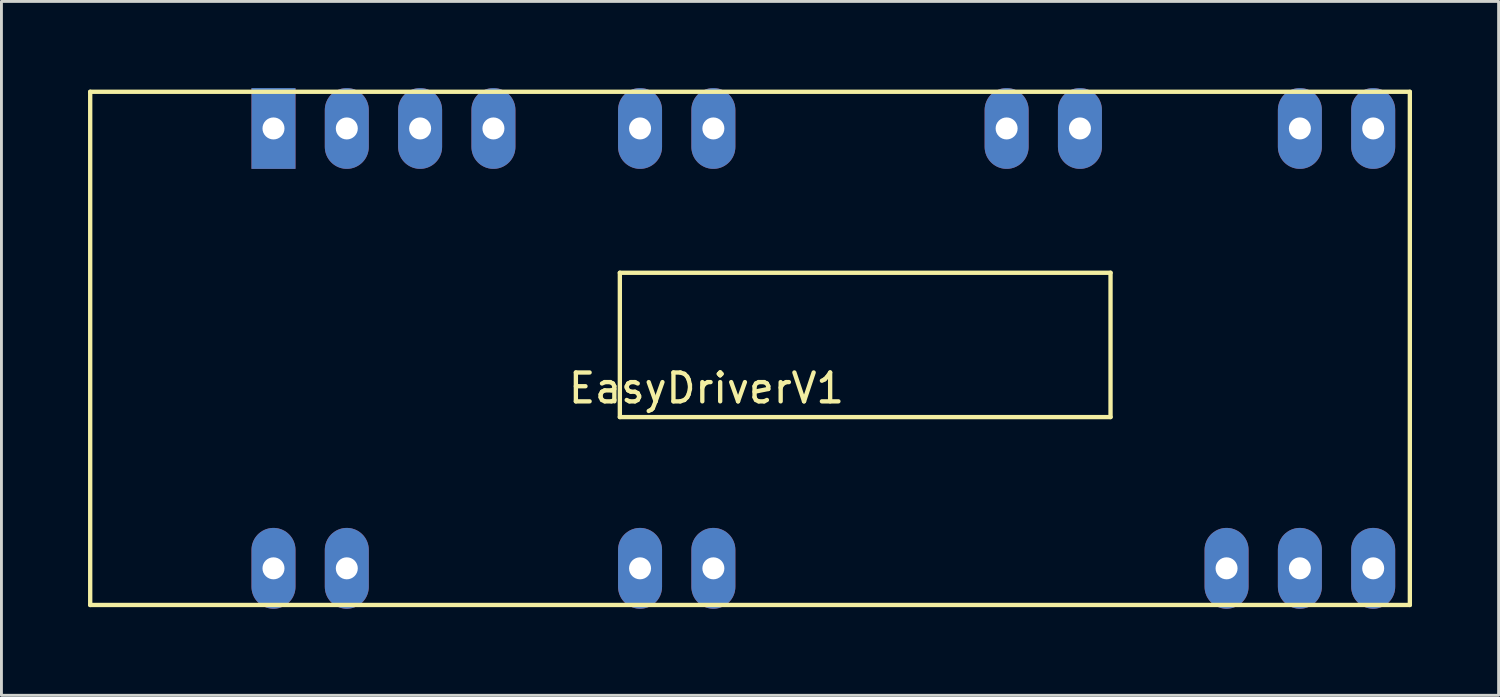
<source format=kicad_pcb>
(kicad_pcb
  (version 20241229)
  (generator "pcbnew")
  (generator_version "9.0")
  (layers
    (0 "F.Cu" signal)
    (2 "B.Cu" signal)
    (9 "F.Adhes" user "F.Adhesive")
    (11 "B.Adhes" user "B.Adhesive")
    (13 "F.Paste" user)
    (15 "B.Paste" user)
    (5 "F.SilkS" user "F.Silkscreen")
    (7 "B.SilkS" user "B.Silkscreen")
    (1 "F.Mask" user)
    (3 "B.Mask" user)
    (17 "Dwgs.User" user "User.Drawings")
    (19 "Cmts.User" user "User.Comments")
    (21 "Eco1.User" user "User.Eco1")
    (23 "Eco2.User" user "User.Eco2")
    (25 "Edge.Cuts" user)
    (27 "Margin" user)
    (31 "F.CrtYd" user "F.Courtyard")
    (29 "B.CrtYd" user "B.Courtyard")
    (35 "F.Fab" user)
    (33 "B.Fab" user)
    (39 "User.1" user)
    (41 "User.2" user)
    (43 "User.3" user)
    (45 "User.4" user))
  (footprint "EasyDriverV1"
    (layer "F.Cu")
    (at 6.425 1.4)
    (property "Reference" "EasyDriverV1" (at 15 9 0) (layer "F.SilkS") (effects (font (size 1 1) (thickness 0.15))))
    (attr through_hole)
    (fp_line (start -6.35 -1.27) (end -6.35 16.51) (stroke (width 0.15) (type solid)) (layer "F.SilkS"))
    (fp_line (start -6.35 16.51) (end 39.37 16.51) (stroke (width 0.15) (type solid)) (layer "F.SilkS"))
    (fp_line (start 12 5) (end 29 5) (stroke (width 0.15) (type solid)) (layer "F.SilkS"))
    (fp_line (start 12 10) (end 12 5) (stroke (width 0.15) (type solid)) (layer "F.SilkS"))
    (fp_line (start 29 5) (end 29 10) (stroke (width 0.15) (type solid)) (layer "F.SilkS"))
    (fp_line (start 29 10) (end 12 10) (stroke (width 0.15) (type solid)) (layer "F.SilkS"))
    (fp_line (start 39.37 -1.27) (end -6.35 -1.27) (stroke (width 0.15) (type solid)) (layer "F.SilkS"))
    (fp_line (start 39.37 16.51) (end 39.37 -1.27) (stroke (width 0.15) (type solid)) (layer "F.SilkS"))
    (pad "1" thru_hole rect (at 0 0) (size 1.524 2.8) (drill 0.762) (layers "*.Cu" "*.Mask"))
    (pad "2" thru_hole oval (at 2.54 0) (size 1.524 2.8) (drill 0.762) (layers "*.Cu" "*.Mask"))
    (pad "3" thru_hole oval (at 5.08 0) (size 1.524 2.8) (drill 0.762) (layers "*.Cu" "*.Mask"))
    (pad "4" thru_hole oval (at 7.62 0) (size 1.524 2.8) (drill 0.762) (layers "*.Cu" "*.Mask"))
    (pad "5" thru_hole oval (at 12.7 0) (size 1.524 2.8) (drill 0.762) (layers "*.Cu" "*.Mask"))
    (pad "6" thru_hole oval (at 15.24 0) (size 1.524 2.8) (drill 0.762) (layers "*.Cu" "*.Mask"))
    (pad "7" thru_hole oval (at 25.4 0) (size 1.524 2.8) (drill 0.762) (layers "*.Cu" "*.Mask"))
    (pad "8" thru_hole oval (at 27.94 0) (size 1.524 2.8) (drill 0.762) (layers "*.Cu" "*.Mask"))
    (pad "9" thru_hole oval (at 35.56 0) (size 1.524 2.8) (drill 0.762) (layers "*.Cu" "*.Mask"))
    (pad "10" thru_hole oval (at 38.1 0) (size 1.524 2.8) (drill 0.762) (layers "*.Cu" "*.Mask"))
    (pad "11" thru_hole oval (at 38.1 15.24) (size 1.524 2.8) (drill 0.762) (layers "*.Cu" "*.Mask"))
    (pad "12" thru_hole oval (at 35.56 15.24) (size 1.524 2.8) (drill 0.762) (layers "*.Cu" "*.Mask"))
    (pad "13" thru_hole oval (at 33.02 15.24) (size 1.524 2.8) (drill 0.762) (layers "*.Cu" "*.Mask"))
    (pad "14" thru_hole oval (at 15.24 15.24) (size 1.524 2.8) (drill 0.762) (layers "*.Cu" "*.Mask"))
    (pad "15" thru_hole oval (at 12.7 15.24) (size 1.524 2.8) (drill 0.762) (layers "*.Cu" "*.Mask"))
    (pad "16" thru_hole oval (at 2.54 15.24) (size 1.524 2.8) (drill 0.762) (layers "*.Cu" "*.Mask"))
    (pad "17" thru_hole oval (at 0 15.24) (size 1.524 2.8) (drill 0.762) (layers "*.Cu" "*.Mask")))
  (gr_rect
    (start -3 -3)
    (end 48.87 21.04)
    (stroke (width 0.1) (type default))
    (fill no)
    (layer "Edge.Cuts")))
</source>
